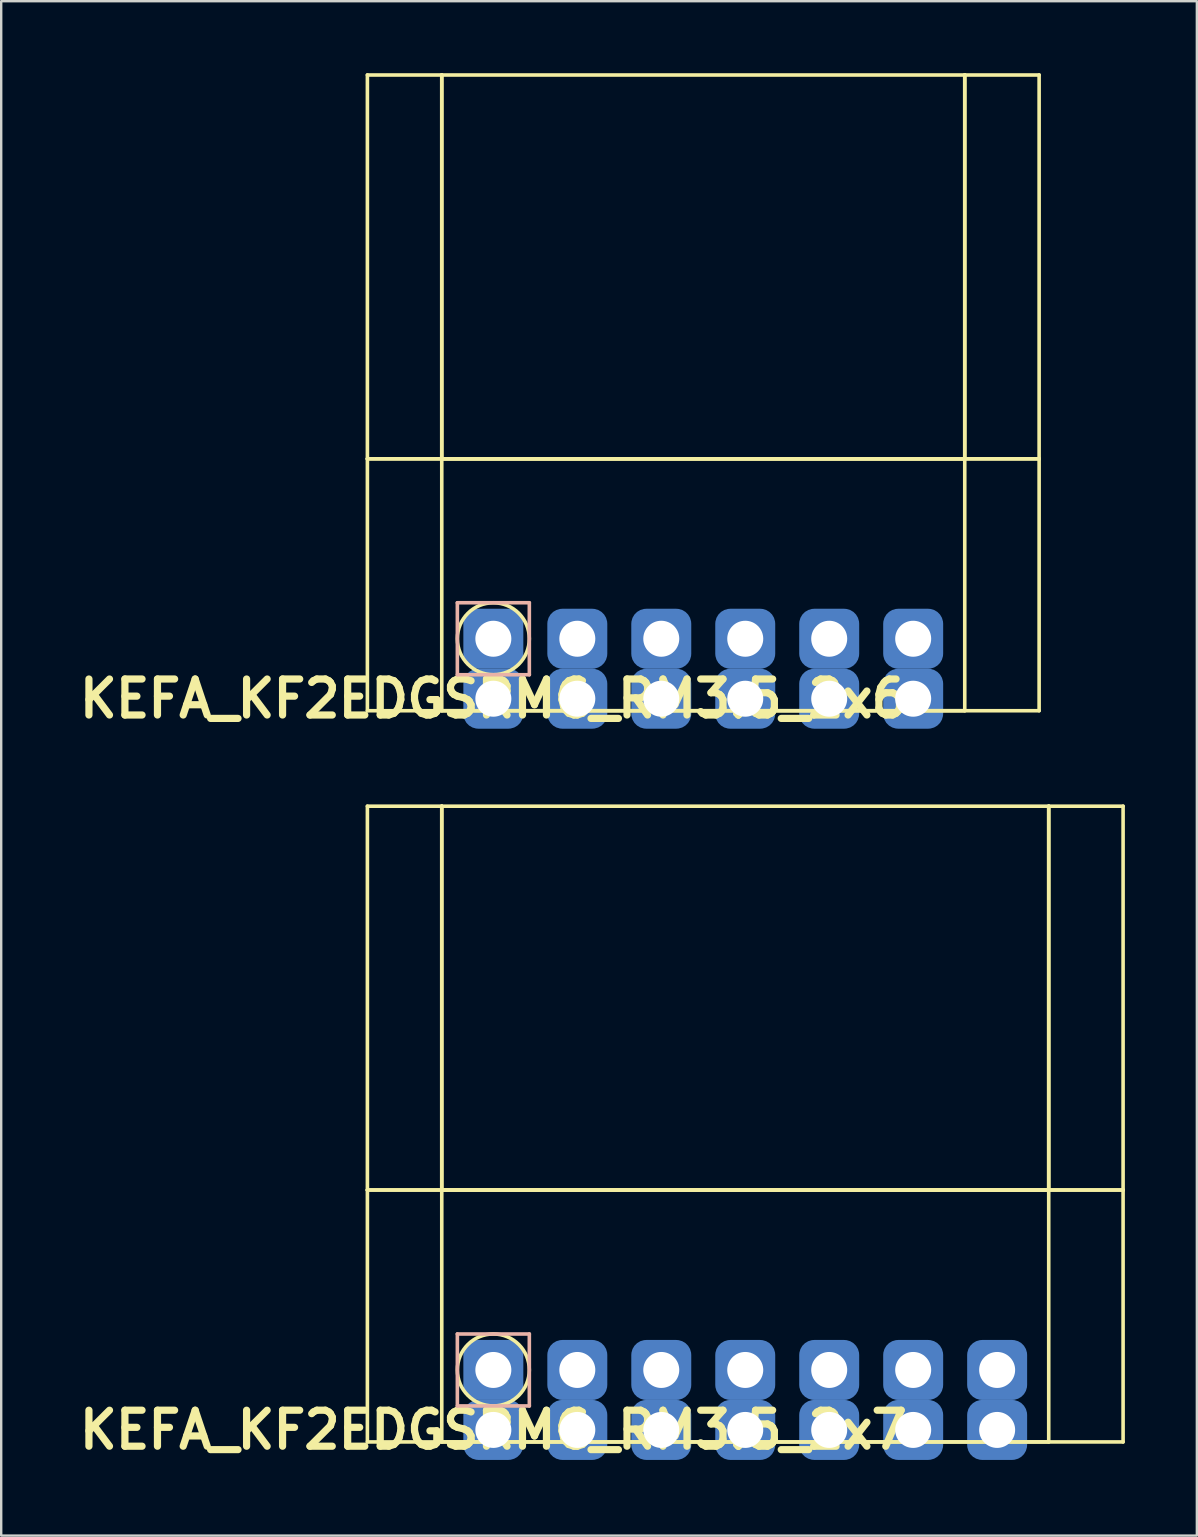
<source format=kicad_pcb>
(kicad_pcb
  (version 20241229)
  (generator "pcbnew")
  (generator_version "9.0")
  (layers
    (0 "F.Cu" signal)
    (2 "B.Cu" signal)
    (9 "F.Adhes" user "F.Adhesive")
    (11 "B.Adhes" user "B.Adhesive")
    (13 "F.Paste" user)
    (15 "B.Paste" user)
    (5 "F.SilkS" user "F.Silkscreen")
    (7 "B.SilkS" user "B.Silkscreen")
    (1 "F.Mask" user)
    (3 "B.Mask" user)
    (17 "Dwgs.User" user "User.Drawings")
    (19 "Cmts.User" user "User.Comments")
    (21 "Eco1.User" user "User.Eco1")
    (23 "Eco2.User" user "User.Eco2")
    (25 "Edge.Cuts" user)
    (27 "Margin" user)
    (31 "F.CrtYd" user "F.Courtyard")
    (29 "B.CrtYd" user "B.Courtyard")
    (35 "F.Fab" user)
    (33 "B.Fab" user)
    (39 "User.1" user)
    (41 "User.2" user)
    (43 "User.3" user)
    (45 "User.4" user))
  (footprint "KEFA_KF2EDGSRMG_RM3.5_2x6"
    (layer "F.Cu")
    (at 17.514 23.575)
    (property "Reference" "KEFA_KF2EDGSRMG_RM3.5_2x6" (at 0 2.5 0) (layer "F.SilkS") (effects (font (size 1.5 1.5) (thickness 0.3))))
    (attr through_hole)
    (fp_line (start -5.25 -23.5) (end -5.25 -7.5) (stroke (width 0.15) (type solid)) (layer "F.SilkS"))
    (fp_line (start -5.25 -7.5) (end -5.25 3) (stroke (width 0.15) (type solid)) (layer "F.SilkS"))
    (fp_line (start -5.25 -7.5) (end -2.15 -7.5) (stroke (width 0.15) (type solid)) (layer "F.SilkS"))
    (fp_line (start -5.25 3) (end 22.75 3) (stroke (width 0.15) (type solid)) (layer "F.SilkS"))
    (fp_line (start -2.15 -23.5) (end -5.25 -23.5) (stroke (width 0.15) (type solid)) (layer "F.SilkS"))
    (fp_line (start -2.15 -23.5) (end -2.15 -7.5) (stroke (width 0.15) (type solid)) (layer "F.SilkS"))
    (fp_line (start -2.15 -7.5) (end -2.15 -23.5) (stroke (width 0.15) (type solid)) (layer "F.SilkS"))
    (fp_line (start -2.15 -7.5) (end -2.15 3) (stroke (width 0.15) (type solid)) (layer "F.SilkS"))
    (fp_line (start -2.15 -7.5) (end 19.65 -7.5) (stroke (width 0.15) (type solid)) (layer "F.SilkS"))
    (fp_line (start -2.15 3) (end 19.65 3) (stroke (width 0.15) (type solid)) (layer "F.SilkS"))
    (fp_line (start 19.65 -23.5) (end -2.15 -23.5) (stroke (width 0.15) (type solid)) (layer "F.SilkS"))
    (fp_line (start 19.65 -23.5) (end 19.65 -7.5) (stroke (width 0.15) (type solid)) (layer "F.SilkS"))
    (fp_line (start 19.65 -7.5) (end -2.15 -7.5) (stroke (width 0.15) (type solid)) (layer "F.SilkS"))
    (fp_line (start 19.65 -7.5) (end 19.65 -23.5) (stroke (width 0.15) (type solid)) (layer "F.SilkS"))
    (fp_line (start 19.65 -7.5) (end 22.75 -7.5) (stroke (width 0.15) (type solid)) (layer "F.SilkS"))
    (fp_line (start 19.65 3) (end 19.65 -7.5) (stroke (width 0.15) (type solid)) (layer "F.SilkS"))
    (fp_line (start 22.75 -23.5) (end 19.65 -23.5) (stroke (width 0.15) (type solid)) (layer "F.SilkS"))
    (fp_line (start 22.75 -7.5) (end -5.25 -7.5) (stroke (width 0.15) (type solid)) (layer "F.SilkS"))
    (fp_line (start 22.75 -7.5) (end 22.75 -23.5) (stroke (width 0.15) (type solid)) (layer "F.SilkS"))
    (fp_line (start 22.75 3) (end 22.75 -7.5) (stroke (width 0.15) (type solid)) (layer "F.SilkS"))
    (fp_circle (center 0 0) (end 1.5 0) (stroke (width 0.15) (type solid)) (fill no) (layer "F.SilkS"))
    (fp_line (start -1.5 -1.5) (end 1.5 -1.5) (stroke (width 0.15) (type solid)) (layer "B.SilkS"))
    (fp_line (start -1.5 1.5) (end -1.5 -1.5) (stroke (width 0.15) (type solid)) (layer "B.SilkS"))
    (fp_line (start 1.5 -1.5) (end 1.5 1.5) (stroke (width 0.15) (type solid)) (layer "B.SilkS"))
    (fp_line (start 1.5 1.5) (end -1.5 1.5) (stroke (width 0.15) (type solid)) (layer "B.SilkS"))
    (pad "1" thru_hole circle (at 0 0) (size 1.8 1.8) (drill 1.5) (layers "*.Cu" "*.Mask"))
    (pad "1" smd roundrect (at 0 0) (size 2.5 2.5) (layers "B.Cu" "B.Mask") (roundrect_rratio 0.25))
    (pad "2" thru_hole circle (at 3.5 0) (size 1.8 1.8) (drill 1.5) (layers "*.Cu" "*.Mask"))
    (pad "2" smd roundrect (at 3.5 0) (size 2.5 2.5) (layers "B.Cu" "B.Mask") (roundrect_rratio 0.25))
    (pad "3" thru_hole circle (at 7 0) (size 1.8 1.8) (drill 1.5) (layers "*.Cu" "*.Mask"))
    (pad "3" smd roundrect (at 7 0) (size 2.5 2.5) (layers "B.Cu" "B.Mask") (roundrect_rratio 0.25))
    (pad "4" thru_hole circle (at 10.5 0) (size 1.8 1.8) (drill 1.5) (layers "*.Cu" "*.Mask"))
    (pad "4" smd roundrect (at 10.5 0) (size 2.5 2.5) (layers "B.Cu" "B.Mask") (roundrect_rratio 0.25))
    (pad "5" thru_hole circle (at 14 0) (size 1.8 1.8) (drill 1.5) (layers "*.Cu" "*.Mask"))
    (pad "5" smd roundrect (at 14 0) (size 2.5 2.5) (layers "B.Cu" "B.Mask") (roundrect_rratio 0.25))
    (pad "6" thru_hole circle (at 17.5 0) (size 1.8 1.8) (drill 1.5) (layers "*.Cu" "*.Mask"))
    (pad "6" smd roundrect (at 17.5 0) (size 2.5 2.5) (layers "B.Cu" "B.Mask") (roundrect_rratio 0.25))
    (pad "7" thru_hole circle (at 0 2.5) (size 1.8 1.8) (drill 1.5) (layers "*.Cu" "*.Mask"))
    (pad "7" smd roundrect (at 0 2.5) (size 2.5 2.5) (layers "B.Cu" "B.Mask") (roundrect_rratio 0.25))
    (pad "8" thru_hole circle (at 3.5 2.5) (size 1.8 1.8) (drill 1.5) (layers "*.Cu" "*.Mask"))
    (pad "8" smd roundrect (at 3.5 2.5) (size 2.5 2.5) (layers "B.Cu" "B.Mask") (roundrect_rratio 0.25))
    (pad "9" thru_hole circle (at 7 2.5) (size 1.8 1.8) (drill 1.5) (layers "*.Cu" "*.Mask"))
    (pad "9" smd roundrect (at 7 2.5) (size 2.5 2.5) (layers "B.Cu" "B.Mask") (roundrect_rratio 0.25))
    (pad "10" thru_hole circle (at 10.5 2.5) (size 1.8 1.8) (drill 1.5) (layers "*.Cu" "*.Mask"))
    (pad "10" smd roundrect (at 10.5 2.5) (size 2.5 2.5) (layers "B.Cu" "B.Mask") (roundrect_rratio 0.25))
    (pad "11" thru_hole circle (at 14 2.5) (size 1.8 1.8) (drill 1.5) (layers "*.Cu" "*.Mask"))
    (pad "11" smd roundrect (at 14 2.5) (size 2.5 2.5) (layers "B.Cu" "B.Mask") (roundrect_rratio 0.25))
    (pad "12" thru_hole circle (at 17.5 2.5) (size 1.8 1.8) (drill 1.5) (layers "*.Cu" "*.Mask"))
    (pad "12" smd roundrect (at 17.5 2.5) (size 2.5 2.5) (layers "B.Cu" "B.Mask") (roundrect_rratio 0.25)))
  (footprint "KEFA_KF2EDGSRMG_RM3.5_2x7"
    (layer "F.Cu")
    (at 17.514 54.054)
    (property "Reference" "KEFA_KF2EDGSRMG_RM3.5_2x7" (at 0 2.5 0) (layer "F.SilkS") (effects (font (size 1.5 1.5) (thickness 0.3))))
    (attr through_hole)
    (fp_line (start -5.25 -23.5) (end -5.25 -7.5) (stroke (width 0.15) (type solid)) (layer "F.SilkS"))
    (fp_line (start -5.25 -7.5) (end -5.25 3) (stroke (width 0.15) (type solid)) (layer "F.SilkS"))
    (fp_line (start -5.25 -7.5) (end -2.15 -7.5) (stroke (width 0.15) (type solid)) (layer "F.SilkS"))
    (fp_line (start -5.25 3) (end 26.25 3) (stroke (width 0.15) (type solid)) (layer "F.SilkS"))
    (fp_line (start -2.15 -23.5) (end -5.25 -23.5) (stroke (width 0.15) (type solid)) (layer "F.SilkS"))
    (fp_line (start -2.15 -23.5) (end -2.15 -7.5) (stroke (width 0.15) (type solid)) (layer "F.SilkS"))
    (fp_line (start -2.15 -7.5) (end -2.15 -23.5) (stroke (width 0.15) (type solid)) (layer "F.SilkS"))
    (fp_line (start -2.15 -7.5) (end -2.15 3) (stroke (width 0.15) (type solid)) (layer "F.SilkS"))
    (fp_line (start -2.15 -7.5) (end 23.15 -7.5) (stroke (width 0.15) (type solid)) (layer "F.SilkS"))
    (fp_line (start -2.15 3) (end 23.15 3) (stroke (width 0.15) (type solid)) (layer "F.SilkS"))
    (fp_line (start 23.15 -23.5) (end -2.15 -23.5) (stroke (width 0.15) (type solid)) (layer "F.SilkS"))
    (fp_line (start 23.15 -23.5) (end 23.15 -7.5) (stroke (width 0.15) (type solid)) (layer "F.SilkS"))
    (fp_line (start 23.15 -7.5) (end -2.15 -7.5) (stroke (width 0.15) (type solid)) (layer "F.SilkS"))
    (fp_line (start 23.15 -7.5) (end 23.15 -23.5) (stroke (width 0.15) (type solid)) (layer "F.SilkS"))
    (fp_line (start 23.15 -7.5) (end 26.25 -7.5) (stroke (width 0.15) (type solid)) (layer "F.SilkS"))
    (fp_line (start 23.15 3) (end 23.15 -7.5) (stroke (width 0.15) (type solid)) (layer "F.SilkS"))
    (fp_line (start 26.25 -23.5) (end 23.15 -23.5) (stroke (width 0.15) (type solid)) (layer "F.SilkS"))
    (fp_line (start 26.25 -7.5) (end -5.25 -7.5) (stroke (width 0.15) (type solid)) (layer "F.SilkS"))
    (fp_line (start 26.25 -7.5) (end 26.25 -23.5) (stroke (width 0.15) (type solid)) (layer "F.SilkS"))
    (fp_line (start 26.25 3) (end 26.25 -7.5) (stroke (width 0.15) (type solid)) (layer "F.SilkS"))
    (fp_circle (center 0 0) (end 1.5 0) (stroke (width 0.15) (type solid)) (fill no) (layer "F.SilkS"))
    (fp_line (start -1.5 -1.5) (end 1.5 -1.5) (stroke (width 0.15) (type solid)) (layer "B.SilkS"))
    (fp_line (start -1.5 1.5) (end -1.5 -1.5) (stroke (width 0.15) (type solid)) (layer "B.SilkS"))
    (fp_line (start 1.5 -1.5) (end 1.5 1.5) (stroke (width 0.15) (type solid)) (layer "B.SilkS"))
    (fp_line (start 1.5 1.5) (end -1.5 1.5) (stroke (width 0.15) (type solid)) (layer "B.SilkS"))
    (pad "1" thru_hole circle (at 0 0) (size 1.8 1.8) (drill 1.5) (layers "*.Cu" "*.Mask"))
    (pad "1" smd roundrect (at 0 0) (size 2.5 2.5) (layers "B.Cu" "B.Mask") (roundrect_rratio 0.25))
    (pad "2" thru_hole circle (at 3.5 0) (size 1.8 1.8) (drill 1.5) (layers "*.Cu" "*.Mask"))
    (pad "2" smd roundrect (at 3.5 0) (size 2.5 2.5) (layers "B.Cu" "B.Mask") (roundrect_rratio 0.25))
    (pad "3" thru_hole circle (at 7 0) (size 1.8 1.8) (drill 1.5) (layers "*.Cu" "*.Mask"))
    (pad "3" smd roundrect (at 7 0) (size 2.5 2.5) (layers "B.Cu" "B.Mask") (roundrect_rratio 0.25))
    (pad "4" thru_hole circle (at 10.5 0) (size 1.8 1.8) (drill 1.5) (layers "*.Cu" "*.Mask"))
    (pad "4" smd roundrect (at 10.5 0) (size 2.5 2.5) (layers "B.Cu" "B.Mask") (roundrect_rratio 0.25))
    (pad "5" thru_hole circle (at 14 0) (size 1.8 1.8) (drill 1.5) (layers "*.Cu" "*.Mask"))
    (pad "5" smd roundrect (at 14 0) (size 2.5 2.5) (layers "B.Cu" "B.Mask") (roundrect_rratio 0.25))
    (pad "6" thru_hole circle (at 17.5 0) (size 1.8 1.8) (drill 1.5) (layers "*.Cu" "*.Mask"))
    (pad "6" smd roundrect (at 17.5 0) (size 2.5 2.5) (layers "B.Cu" "B.Mask") (roundrect_rratio 0.25))
    (pad "7" thru_hole circle (at 21 0) (size 1.8 1.8) (drill 1.5) (layers "*.Cu" "*.Mask"))
    (pad "7" smd roundrect (at 21 0) (size 2.5 2.5) (layers "B.Cu" "B.Mask") (roundrect_rratio 0.25))
    (pad "8" thru_hole circle (at 0 2.5) (size 1.8 1.8) (drill 1.5) (layers "*.Cu" "*.Mask"))
    (pad "8" smd roundrect (at 0 2.5) (size 2.5 2.5) (layers "B.Cu" "B.Mask") (roundrect_rratio 0.25))
    (pad "9" thru_hole circle (at 3.5 2.5) (size 1.8 1.8) (drill 1.5) (layers "*.Cu" "*.Mask"))
    (pad "9" smd roundrect (at 3.5 2.5) (size 2.5 2.5) (layers "B.Cu" "B.Mask") (roundrect_rratio 0.25))
    (pad "10" thru_hole circle (at 7 2.5) (size 1.8 1.8) (drill 1.5) (layers "*.Cu" "*.Mask"))
    (pad "10" smd roundrect (at 7 2.5) (size 2.5 2.5) (layers "B.Cu" "B.Mask") (roundrect_rratio 0.25))
    (pad "11" thru_hole circle (at 10.5 2.5) (size 1.8 1.8) (drill 1.5) (layers "*.Cu" "*.Mask"))
    (pad "11" smd roundrect (at 10.5 2.5) (size 2.5 2.5) (layers "B.Cu" "B.Mask") (roundrect_rratio 0.25))
    (pad "12" thru_hole circle (at 14 2.5) (size 1.8 1.8) (drill 1.5) (layers "*.Cu" "*.Mask"))
    (pad "12" smd roundrect (at 14 2.5) (size 2.5 2.5) (layers "B.Cu" "B.Mask") (roundrect_rratio 0.25))
    (pad "13" thru_hole circle (at 17.5 2.5) (size 1.8 1.8) (drill 1.5) (layers "*.Cu" "*.Mask"))
    (pad "13" smd roundrect (at 17.5 2.5) (size 2.5 2.5) (layers "B.Cu" "B.Mask") (roundrect_rratio 0.25))
    (pad "14" thru_hole circle (at 21 2.5) (size 1.8 1.8) (drill 1.5) (layers "*.Cu" "*.Mask"))
    (pad "14" smd roundrect (at 21 2.5) (size 2.5 2.5) (layers "B.Cu" "B.Mask") (roundrect_rratio 0.25)))
  (gr_rect
    (start -3 -3)
    (end 46.839 60.958)
    (stroke (width 0.1) (type default))
    (fill no)
    (layer "Edge.Cuts")))
</source>
